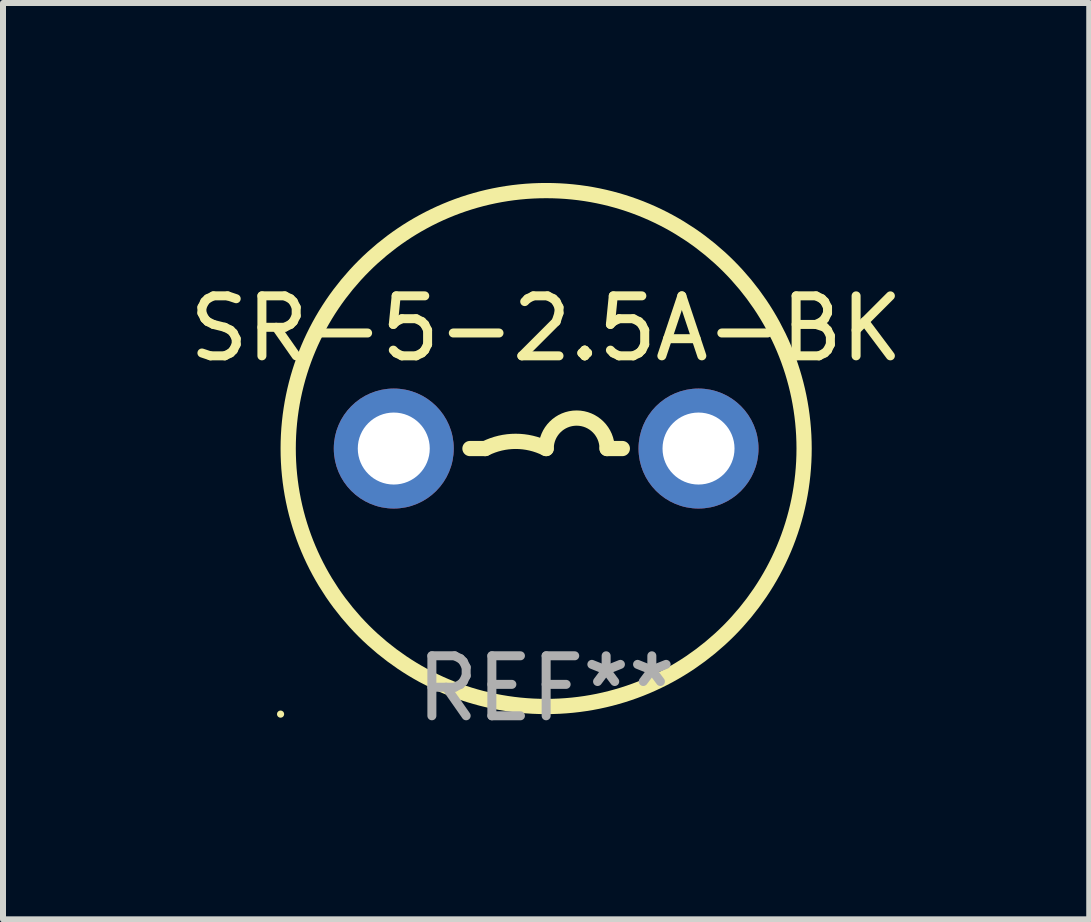
<source format=kicad_pcb>
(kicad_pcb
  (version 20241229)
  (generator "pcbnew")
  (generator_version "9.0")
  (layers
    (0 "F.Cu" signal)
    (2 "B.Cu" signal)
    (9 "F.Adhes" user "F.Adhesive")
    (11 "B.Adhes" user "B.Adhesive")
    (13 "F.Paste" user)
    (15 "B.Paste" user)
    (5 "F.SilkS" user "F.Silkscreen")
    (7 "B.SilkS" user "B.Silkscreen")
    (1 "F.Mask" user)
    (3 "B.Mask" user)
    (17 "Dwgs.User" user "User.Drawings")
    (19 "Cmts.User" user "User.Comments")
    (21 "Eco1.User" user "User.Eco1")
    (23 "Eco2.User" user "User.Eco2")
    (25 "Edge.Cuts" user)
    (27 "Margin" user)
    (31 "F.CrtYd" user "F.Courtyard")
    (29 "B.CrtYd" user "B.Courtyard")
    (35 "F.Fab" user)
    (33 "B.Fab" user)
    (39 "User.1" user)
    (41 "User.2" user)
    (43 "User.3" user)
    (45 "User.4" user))
  (footprint "SR-5-2.5A-BK"
    (layer "F.Cu")
    (at 6.054 4.427)
    (property "Reference" "SR-5-2.5A-BK" (at 0 -2 0) (layer "F.SilkS") (effects (font (size 1 1) (thickness 0.15))))
    (attr through_hole)
    (fp_line (start -1.016 0) (end -1.27 0) (stroke (width 0.254) (type solid)) (layer "F.SilkS"))
    (fp_line (start 1.016 0) (end 1.27 0) (stroke (width 0.254) (type solid)) (layer "F.SilkS"))
    (fp_arc (start -1.016002 0) (mid -0.508001 -0.119923) (end 0 0) (stroke (width 0.254001) (type solid)) (layer "F.SilkS"))
    (fp_arc (start 0 0) (mid 0.508001 -0.508001) (end 1.016002 0) (stroke (width 0.254001) (type solid)) (layer "F.SilkS"))
    (fp_circle (center -4.427 4.427) (end -4.397 4.427) (stroke (width 0.06) (type solid)) (fill no) (layer "F.SilkS"))
    (fp_circle (center 0 0) (end 4.3 0) (stroke (width 0.254) (type solid)) (fill no) (layer "F.SilkS"))
    (fp_text user "REF**" (at 0 4 0) (layer "F.Fab") (effects (font (size 1 1) (thickness 0.15))))
    (pad "1" thru_hole circle (at -2.54 0) (size 2 2) (drill 1.2) (layers "*.Cu" "*.Mask"))
    (pad "2" thru_hole circle (at 2.54 0) (size 2 2) (drill 1.2) (layers "*.Cu" "*.Mask")))
  (gr_rect
    (start -3 -3)
    (end 15.107 12.275)
    (stroke (width 0.1) (type default))
    (fill no)
    (layer "Edge.Cuts")))
</source>
